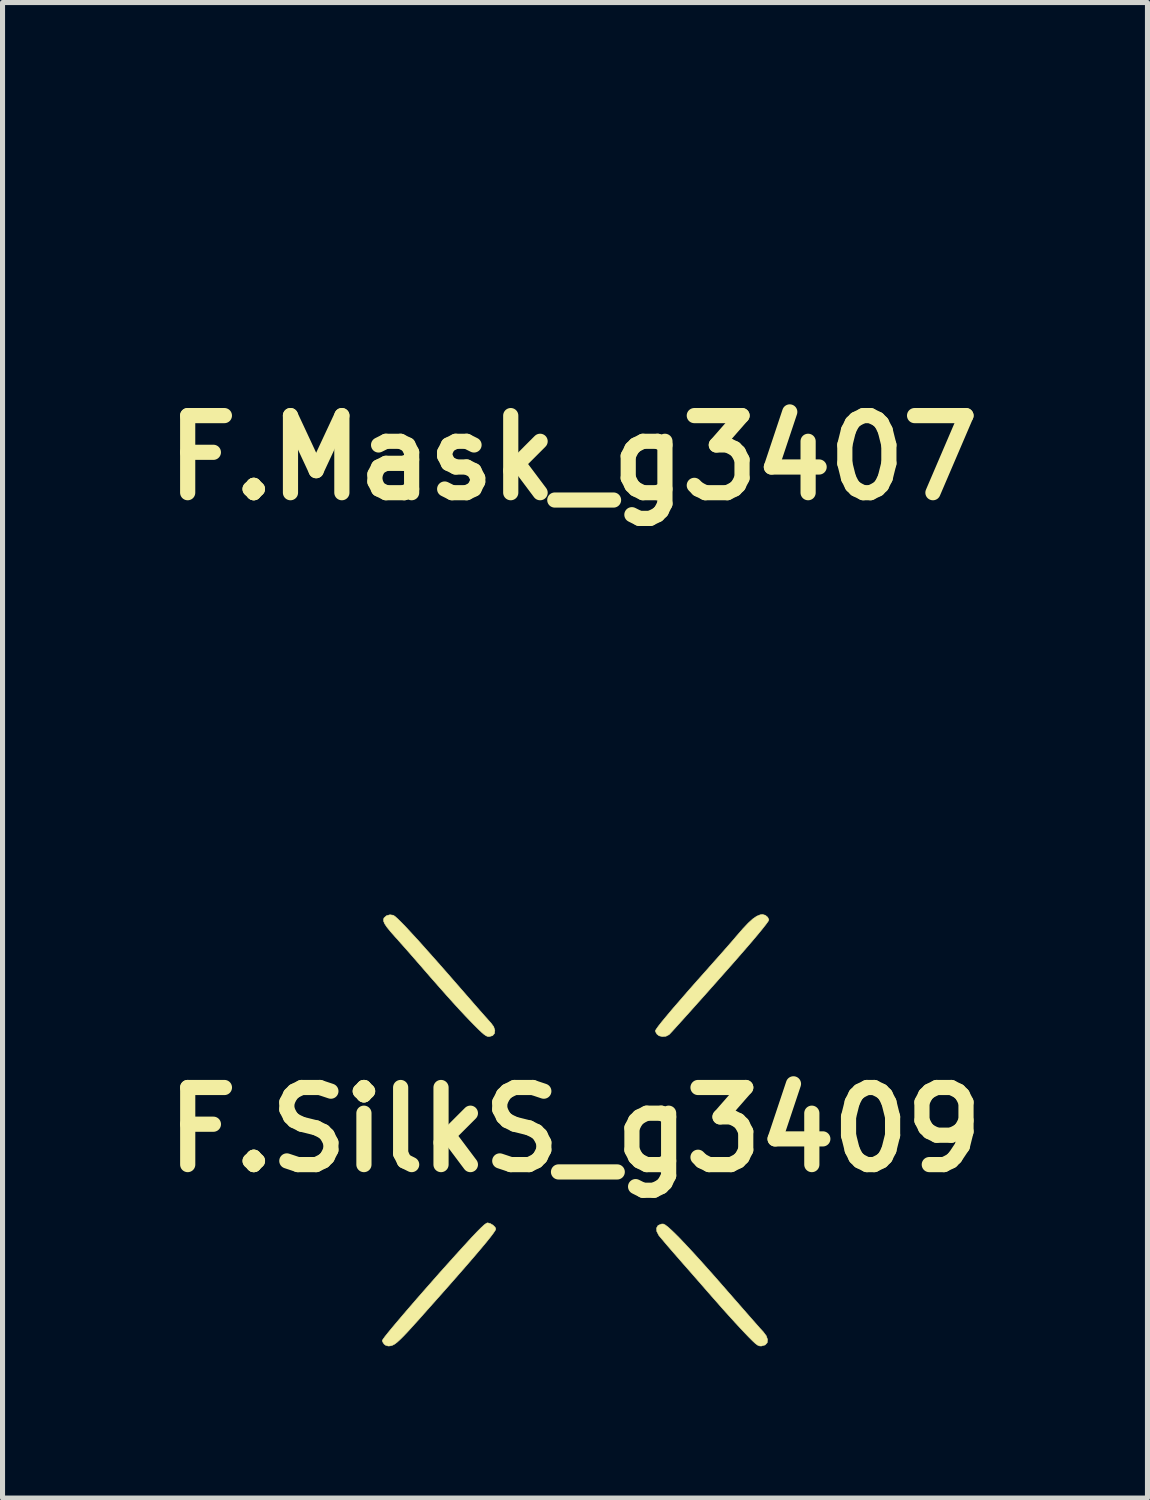
<source format=kicad_pcb>
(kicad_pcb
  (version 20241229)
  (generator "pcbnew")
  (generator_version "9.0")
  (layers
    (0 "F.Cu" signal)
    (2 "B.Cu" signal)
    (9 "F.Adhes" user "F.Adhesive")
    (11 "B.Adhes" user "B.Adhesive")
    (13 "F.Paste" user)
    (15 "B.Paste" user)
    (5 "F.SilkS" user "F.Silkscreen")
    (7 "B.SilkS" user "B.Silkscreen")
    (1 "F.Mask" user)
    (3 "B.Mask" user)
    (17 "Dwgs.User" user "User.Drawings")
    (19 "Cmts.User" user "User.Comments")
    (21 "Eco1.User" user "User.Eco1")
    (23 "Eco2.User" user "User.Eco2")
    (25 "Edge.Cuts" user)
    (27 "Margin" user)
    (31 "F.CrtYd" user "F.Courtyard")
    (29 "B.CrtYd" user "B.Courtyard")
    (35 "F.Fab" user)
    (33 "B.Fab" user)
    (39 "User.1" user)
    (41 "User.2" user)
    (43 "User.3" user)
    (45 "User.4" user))
  (footprint "F.Mask_g3407"
    (layer "F.Cu")
    (at 8.28 6)
    (property "Reference" "F.Mask_g3407" (at 0 0 0) (layer "F.SilkS") (effects (font (size 1.524 1.524) (thickness 0.3))))
    (attr through_hole)
    (fp_poly (pts (xy 0.318 1.079) (xy 1.016 1.079) (xy 1.016 1.841) (xy -0.847 1.841) (xy -0.847 -1.926) (xy 0.318 -1.926) (xy 0.318 1.079)) (stroke (width 0.01) (type solid)) (fill yes) (layer "F.Mask"))
    (fp_poly (pts (xy 0 -5.313) (xy -0.106 -5.313) (xy -0.106 -4.53) (xy 0 -4.53) (xy 0 -3.895) (xy -0.106 -3.895) (xy -0.106 -2.9) (xy 0 -2.9) (xy 0 -2.223) (xy -1.27 -2.223) (xy -1.27 -3.976) (xy -1.27 -4.248) (xy -1.269 -4.511) (xy -1.269 -4.76) (xy -1.268 -4.992) (xy -1.266 -5.205) (xy -1.265 -5.393) (xy -1.263 -5.555) (xy -1.261 -5.687) (xy -1.259 -5.785) (xy -1.257 -5.845) (xy -1.256 -5.86) (xy -1.243 -5.99) (xy 0 -5.99) (xy 0 -5.313)) (stroke (width 0.01) (type solid)) (fill yes) (layer "F.Mask"))
    (fp_poly (pts (xy 3.454 0.595) (xy 3.461 1.189) (xy 3.511 1.23) (xy 3.573 1.264) (xy 3.633 1.261) (xy 3.698 1.219) (xy 3.757 1.168) (xy 3.772 0) (xy 4.932 0) (xy 4.932 0.379) (xy 4.93 0.607) (xy 4.923 0.798) (xy 4.912 0.957) (xy 4.895 1.088) (xy 4.872 1.196) (xy 4.842 1.287) (xy 4.823 1.33) (xy 4.722 1.49) (xy 4.587 1.629) (xy 4.42 1.743) (xy 4.225 1.83) (xy 4.113 1.865) (xy 3.988 1.889) (xy 3.835 1.907) (xy 3.67 1.917) (xy 3.505 1.919) (xy 3.354 1.912) (xy 3.23 1.897) (xy 3.228 1.896) (xy 2.995 1.834) (xy 2.793 1.745) (xy 2.622 1.631) (xy 2.526 1.54) (xy 2.462 1.464) (xy 2.41 1.386) (xy 2.369 1.301) (xy 2.338 1.203) (xy 2.315 1.087) (xy 2.3 0.947) (xy 2.291 0.779) (xy 2.287 0.576) (xy 2.287 0.471) (xy 2.286 0) (xy 3.448 0) (xy 3.454 0.595)) (stroke (width 0.01) (type solid)) (fill yes) (layer "F.Mask"))
    (fp_poly (pts (xy 3.749 -1.978) (xy 3.866 -1.974) (xy 3.957 -1.968) (xy 4.03 -1.958) (xy 4.095 -1.943) (xy 4.106 -1.94) (xy 4.326 -1.862) (xy 4.51 -1.759) (xy 4.661 -1.632) (xy 4.777 -1.481) (xy 4.816 -1.411) (xy 4.849 -1.334) (xy 4.876 -1.249) (xy 4.897 -1.152) (xy 4.912 -1.036) (xy 4.922 -0.897) (xy 4.928 -0.729) (xy 4.931 -0.525) (xy 4.931 -0.45) (xy 4.932 -0.064) (xy 3.771 -0.064) (xy 3.764 -0.658) (xy 3.757 -1.253) (xy 3.707 -1.293) (xy 3.635 -1.329) (xy 3.562 -1.323) (xy 3.511 -1.293) (xy 3.461 -1.253) (xy 3.454 -0.658) (xy 3.448 -0.064) (xy 2.286 -0.064) (xy 2.287 -0.524) (xy 2.288 -0.727) (xy 2.292 -0.893) (xy 2.299 -1.029) (xy 2.31 -1.139) (xy 2.325 -1.23) (xy 2.346 -1.306) (xy 2.372 -1.374) (xy 2.396 -1.423) (xy 2.501 -1.58) (xy 2.634 -1.711) (xy 2.8 -1.819) (xy 3.001 -1.907) (xy 3.069 -1.93) (xy 3.133 -1.948) (xy 3.192 -1.961) (xy 3.256 -1.97) (xy 3.335 -1.975) (xy 3.436 -1.978) (xy 3.568 -1.979) (xy 3.598 -1.979) (xy 3.749 -1.978)) (stroke (width 0.01) (type solid)) (fill yes) (layer "F.Mask"))
    (fp_poly (pts (xy 0 2.425) (xy -0.000284 2.551) (xy -0.002 2.641) (xy -0.005 2.702) (xy -0.012 2.742) (xy -0.022 2.767) (xy -0.037 2.785) (xy -0.048 2.794) (xy -0.095 2.833) (xy -0.095 5.297) (xy -0.048 5.329) (xy -0.029 5.343) (xy -0.017 5.361) (xy -0.008 5.39) (xy -0.003 5.438) (xy -0.001 5.51) (xy -0.000057 5.614) (xy 0 5.686) (xy 0 6.011) (xy -0.111 6.009) (xy -0.201 6.004) (xy -0.293 5.994) (xy -0.323 5.989) (xy -0.539 5.936) (xy -0.733 5.855) (xy -0.902 5.749) (xy -1.042 5.62) (xy -1.15 5.471) (xy -1.223 5.306) (xy -1.249 5.195) (xy -1.254 5.143) (xy -1.258 5.053) (xy -1.262 4.932) (xy -1.265 4.785) (xy -1.267 4.617) (xy -1.268 4.433) (xy -1.269 4.239) (xy -1.269 4.04) (xy -1.269 3.842) (xy -1.268 3.649) (xy -1.266 3.468) (xy -1.263 3.303) (xy -1.26 3.161) (xy -1.256 3.045) (xy -1.252 2.963) (xy -1.248 2.924) (xy -1.197 2.742) (xy -1.109 2.576) (xy -0.985 2.429) (xy -0.83 2.306) (xy -0.828 2.305) (xy -0.723 2.25) (xy -0.589 2.199) (xy -0.439 2.154) (xy -0.287 2.12) (xy -0.145 2.099) (xy -0.069 2.096) (xy 0 2.095) (xy 0 2.425)) (stroke (width 0.01) (type solid)) (fill yes) (layer "F.Mask"))
    (fp_poly (pts (xy 0.249 2.104) (xy 0.472 2.14) (xy 0.679 2.198) (xy 0.863 2.276) (xy 1.016 2.372) (xy 1.05 2.4) (xy 1.159 2.517) (xy 1.252 2.664) (xy 1.319 2.82) (xy 1.328 2.852) (xy 1.337 2.883) (xy 1.344 2.919) (xy 1.349 2.964) (xy 1.354 3.02) (xy 1.357 3.092) (xy 1.359 3.184) (xy 1.361 3.3) (xy 1.362 3.443) (xy 1.363 3.618) (xy 1.363 3.828) (xy 1.364 4.032) (xy 1.364 4.29) (xy 1.363 4.51) (xy 1.362 4.695) (xy 1.36 4.849) (xy 1.356 4.977) (xy 1.35 5.081) (xy 1.341 5.167) (xy 1.331 5.238) (xy 1.317 5.297) (xy 1.3 5.349) (xy 1.279 5.398) (xy 1.255 5.447) (xy 1.234 5.487) (xy 1.135 5.625) (xy 1.002 5.746) (xy 0.839 5.848) (xy 0.651 5.927) (xy 0.443 5.982) (xy 0.259 6.006) (xy 0.106 6.017) (xy 0.106 5.717) (xy 0.107 5.593) (xy 0.109 5.502) (xy 0.116 5.435) (xy 0.126 5.382) (xy 0.142 5.334) (xy 0.153 5.306) (xy 0.164 5.282) (xy 0.172 5.258) (xy 0.18 5.23) (xy 0.186 5.196) (xy 0.19 5.151) (xy 0.194 5.092) (xy 0.197 5.015) (xy 0.199 4.917) (xy 0.2 4.794) (xy 0.201 4.642) (xy 0.201 4.458) (xy 0.201 4.238) (xy 0.201 4.032) (xy 0.201 2.868) (xy 0.153 2.792) (xy 0.135 2.758) (xy 0.122 2.723) (xy 0.113 2.679) (xy 0.109 2.616) (xy 0.106 2.528) (xy 0.106 2.406) (xy 0.106 2.09) (xy 0.249 2.104)) (stroke (width 0.01) (type solid)) (fill yes) (layer "F.Mask"))
    (fp_poly (pts (xy -2.818 0.000461) (xy -2.711 0.003) (xy -2.631 0.01) (xy -2.572 0.023) (xy -2.53 0.042) (xy -2.499 0.071) (xy -2.473 0.109) (xy -2.449 0.16) (xy -2.423 0.218) (xy -2.375 0.355) (xy -2.34 0.521) (xy -2.318 0.704) (xy -2.31 0.894) (xy -2.317 1.079) (xy -2.339 1.246) (xy -2.362 1.34) (xy -2.424 1.476) (xy -2.525 1.598) (xy -2.663 1.703) (xy -2.835 1.791) (xy -3.041 1.86) (xy -3.059 1.864) (xy -3.171 1.886) (xy -3.313 1.903) (xy -3.47 1.914) (xy -3.629 1.919) (xy -3.777 1.917) (xy -3.901 1.908) (xy -3.926 1.904) (xy -4.165 1.851) (xy -4.384 1.77) (xy -4.403 1.761) (xy -4.497 1.706) (xy -4.595 1.631) (xy -4.685 1.547) (xy -4.756 1.463) (xy -4.784 1.417) (xy -4.826 1.307) (xy -4.858 1.163) (xy -4.879 0.993) (xy -4.889 0.802) (xy -4.889 0.752) (xy -4.889 0.487) (xy -3.81 0.487) (xy -3.809 0.767) (xy -3.806 0.935) (xy -3.798 1.064) (xy -3.783 1.156) (xy -3.761 1.216) (xy -3.747 1.236) (xy -3.712 1.25) (xy -3.654 1.259) (xy -3.63 1.259) (xy -3.553 1.251) (xy -3.498 1.221) (xy -3.488 1.211) (xy -3.465 1.184) (xy -3.45 1.15) (xy -3.441 1.1) (xy -3.435 1.025) (xy -3.432 0.952) (xy -3.43 0.854) (xy -3.434 0.772) (xy -3.447 0.702) (xy -3.473 0.639) (xy -3.515 0.58) (xy -3.577 0.52) (xy -3.662 0.456) (xy -3.774 0.383) (xy -3.915 0.298) (xy -4.082 0.201) (xy -4.174 0.147) (xy -4.252 0.1) (xy -4.308 0.064) (xy -4.337 0.043) (xy -4.339 0.04) (xy -4.319 0.034) (xy -4.261 0.027) (xy -4.169 0.021) (xy -4.049 0.016) (xy -3.905 0.011) (xy -3.741 0.006) (xy -3.562 0.003) (xy -3.372 0.001) (xy -3.175 0.000033) (xy -3.133 0) (xy -2.957 -0.000151) (xy -2.818 0.000461)) (stroke (width 0.01) (type solid)) (fill yes) (layer "F.Mask"))
    (fp_poly (pts (xy -3.662 -1.979) (xy -3.487 -1.977) (xy -3.345 -1.971) (xy -3.228 -1.959) (xy -3.125 -1.939) (xy -3.029 -1.91) (xy -2.929 -1.871) (xy -2.847 -1.833) (xy -2.701 -1.752) (xy -2.592 -1.666) (xy -2.516 -1.57) (xy -2.479 -1.493) (xy -2.462 -1.444) (xy -2.448 -1.393) (xy -2.437 -1.334) (xy -2.428 -1.259) (xy -2.419 -1.16) (xy -2.409 -1.03) (xy -2.402 -0.937) (xy -2.391 -0.762) (xy -3.471 -0.762) (xy -3.473 -0.831) (xy -3.475 -0.884) (xy -3.481 -0.964) (xy -3.488 -1.057) (xy -3.491 -1.088) (xy -3.501 -1.186) (xy -3.514 -1.251) (xy -3.531 -1.289) (xy -3.546 -1.305) (xy -3.617 -1.333) (xy -3.693 -1.322) (xy -3.766 -1.275) (xy -3.769 -1.272) (xy -3.805 -1.231) (xy -3.824 -1.189) (xy -3.83 -1.13) (xy -3.831 -1.084) (xy -3.828 -0.986) (xy -3.817 -0.904) (xy -3.793 -0.835) (xy -3.752 -0.773) (xy -3.689 -0.713) (xy -3.601 -0.65) (xy -3.484 -0.578) (xy -3.333 -0.494) (xy -3.212 -0.426) (xy -3.089 -0.356) (xy -2.975 -0.288) (xy -2.882 -0.231) (xy -2.847 -0.209) (xy -2.678 -0.097) (xy -2.783 -0.082) (xy -2.828 -0.079) (xy -2.91 -0.075) (xy -3.023 -0.073) (xy -3.163 -0.07) (xy -3.323 -0.068) (xy -3.5 -0.066) (xy -3.686 -0.065) (xy -3.717 -0.065) (xy -4.544 -0.064) (xy -4.665 -0.19) (xy -4.732 -0.269) (xy -4.795 -0.356) (xy -4.841 -0.435) (xy -4.843 -0.439) (xy -4.863 -0.483) (xy -4.877 -0.522) (xy -4.888 -0.564) (xy -4.894 -0.617) (xy -4.898 -0.687) (xy -4.9 -0.782) (xy -4.9 -0.91) (xy -4.9 -0.963) (xy -4.9 -1.104) (xy -4.899 -1.209) (xy -4.896 -1.287) (xy -4.89 -1.345) (xy -4.881 -1.39) (xy -4.869 -1.429) (xy -4.851 -1.469) (xy -4.845 -1.482) (xy -4.77 -1.606) (xy -4.67 -1.709) (xy -4.538 -1.799) (xy -4.456 -1.841) (xy -4.355 -1.887) (xy -4.265 -1.921) (xy -4.178 -1.946) (xy -4.083 -1.963) (xy -3.973 -1.973) (xy -3.838 -1.978) (xy -3.671 -1.979) (xy -3.662 -1.979)) (stroke (width 0.01) (type solid)) (fill yes) (layer "F.Mask"))
    (fp_poly (pts (xy 0.291 -5.98) (xy 0.535 -5.949) (xy 0.744 -5.897) (xy 0.918 -5.823) (xy 1.058 -5.726) (xy 1.166 -5.606) (xy 1.242 -5.462) (xy 1.247 -5.45) (xy 1.291 -5.295) (xy 1.317 -5.116) (xy 1.325 -4.929) (xy 1.315 -4.75) (xy 1.289 -4.61) (xy 1.24 -4.501) (xy 1.154 -4.41) (xy 1.03 -4.338) (xy 0.915 -4.296) (xy 0.864 -4.277) (xy 0.84 -4.26) (xy 0.841 -4.255) (xy 0.868 -4.241) (xy 0.922 -4.217) (xy 0.992 -4.189) (xy 1.136 -4.118) (xy 1.246 -4.028) (xy 1.324 -3.915) (xy 1.336 -3.89) (xy 1.352 -3.854) (xy 1.364 -3.819) (xy 1.373 -3.78) (xy 1.379 -3.73) (xy 1.383 -3.664) (xy 1.385 -3.575) (xy 1.386 -3.457) (xy 1.386 -3.305) (xy 1.386 -3.26) (xy 1.386 -3.097) (xy 1.385 -2.97) (xy 1.383 -2.874) (xy 1.38 -2.801) (xy 1.374 -2.746) (xy 1.365 -2.703) (xy 1.354 -2.665) (xy 1.339 -2.626) (xy 1.338 -2.622) (xy 1.29 -2.526) (xy 1.231 -2.447) (xy 1.157 -2.383) (xy 1.063 -2.333) (xy 0.945 -2.295) (xy 0.798 -2.266) (xy 0.617 -2.246) (xy 0.399 -2.231) (xy 0.397 -2.231) (xy 0.106 -2.216) (xy 0.106 -2.902) (xy 0.222 -3.002) (xy 0.229 -3.356) (xy 0.231 -3.502) (xy 0.231 -3.612) (xy 0.228 -3.692) (xy 0.221 -3.751) (xy 0.209 -3.793) (xy 0.19 -3.827) (xy 0.165 -3.858) (xy 0.159 -3.865) (xy 0.137 -3.89) (xy 0.123 -3.916) (xy 0.114 -3.951) (xy 0.109 -4.003) (xy 0.106 -4.081) (xy 0.106 -4.191) (xy 0.106 -4.212) (xy 0.106 -4.329) (xy 0.108 -4.411) (xy 0.113 -4.467) (xy 0.121 -4.504) (xy 0.135 -4.531) (xy 0.155 -4.555) (xy 0.157 -4.558) (xy 0.193 -4.612) (xy 0.217 -4.686) (xy 0.23 -4.786) (xy 0.232 -4.918) (xy 0.23 -4.99) (xy 0.224 -5.086) (xy 0.215 -5.153) (xy 0.199 -5.203) (xy 0.174 -5.249) (xy 0.164 -5.263) (xy 0.142 -5.296) (xy 0.126 -5.327) (xy 0.116 -5.364) (xy 0.11 -5.414) (xy 0.107 -5.485) (xy 0.106 -5.585) (xy 0.106 -5.671) (xy 0.106 -5.995) (xy 0.291 -5.98)) (stroke (width 0.01) (type solid)) (fill yes) (layer "F.Mask")))
  (footprint "F.SilkS_g3409"
    (layer "F.Cu")
    (at 8.317 19.282)
    (property "Reference" "F.SilkS_g3409" (at 0 0 0) (layer "F.SilkS") (effects (font (size 1.524 1.524) (thickness 0.3))))
    (attr through_hole)
    (fp_poly (pts (xy -1.675 1.855) (xy -1.621 1.887) (xy -1.58 1.928) (xy -1.566 1.962) (xy -1.577 1.989) (xy -1.61 2.039) (xy -1.666 2.114) (xy -1.746 2.214) (xy -1.85 2.339) (xy -1.979 2.491) (xy -2.133 2.67) (xy -2.314 2.877) (xy -2.521 3.113) (xy -2.757 3.379) (xy -2.936 3.58) (xy -3.085 3.748) (xy -3.21 3.886) (xy -3.312 3.998) (xy -3.396 4.086) (xy -3.464 4.153) (xy -3.519 4.203) (xy -3.564 4.237) (xy -3.602 4.258) (xy -3.637 4.27) (xy -3.671 4.275) (xy -3.693 4.276) (xy -3.744 4.261) (xy -3.775 4.237) (xy -3.802 4.195) (xy -3.81 4.168) (xy -3.796 4.143) (xy -3.757 4.089) (xy -3.694 4.01) (xy -3.611 3.909) (xy -3.509 3.788) (xy -3.392 3.65) (xy -3.262 3.499) (xy -3.122 3.337) (xy -2.974 3.168) (xy -2.821 2.994) (xy -2.666 2.818) (xy -2.51 2.644) (xy -2.357 2.474) (xy -2.209 2.311) (xy -2.069 2.158) (xy -2.036 2.122) (xy -1.931 2.012) (xy -1.85 1.931) (xy -1.791 1.877) (xy -1.749 1.848) (xy -1.727 1.841) (xy -1.675 1.855)) (stroke (width 0.01) (type solid)) (fill yes) (layer "F.SilkS"))
    (fp_poly (pts (xy 1.779 1.879) (xy 1.843 1.928) (xy 1.931 2.009) (xy 2.045 2.121) (xy 2.182 2.265) (xy 2.343 2.438) (xy 2.527 2.641) (xy 2.734 2.873) (xy 2.962 3.133) (xy 3.008 3.186) (xy 3.141 3.338) (xy 3.268 3.483) (xy 3.386 3.618) (xy 3.492 3.739) (xy 3.582 3.841) (xy 3.653 3.922) (xy 3.703 3.976) (xy 3.722 3.997) (xy 3.781 4.076) (xy 3.806 4.149) (xy 3.799 4.21) (xy 3.759 4.254) (xy 3.688 4.275) (xy 3.668 4.276) (xy 3.639 4.272) (xy 3.607 4.257) (xy 3.566 4.227) (xy 3.512 4.177) (xy 3.439 4.104) (xy 3.365 4.027) (xy 3.271 3.927) (xy 3.159 3.806) (xy 3.04 3.675) (xy 2.923 3.545) (xy 2.839 3.449) (xy 2.745 3.343) (xy 2.631 3.213) (xy 2.504 3.067) (xy 2.371 2.915) (xy 2.239 2.764) (xy 2.127 2.637) (xy 2.019 2.513) (xy 1.917 2.396) (xy 1.827 2.292) (xy 1.752 2.203) (xy 1.695 2.136) (xy 1.661 2.095) (xy 1.656 2.088) (xy 1.616 2.01) (xy 1.612 1.943) (xy 1.641 1.893) (xy 1.703 1.866) (xy 1.742 1.863) (xy 1.779 1.879)) (stroke (width 0.01) (type solid)) (fill yes) (layer "F.SilkS"))
    (fp_poly (pts (xy -3.592 -4.239) (xy -3.592 -4.239) (xy -3.558 -4.216) (xy -3.505 -4.169) (xy -3.432 -4.097) (xy -3.337 -3.999) (xy -3.221 -3.873) (xy -3.081 -3.721) (xy -2.919 -3.539) (xy -2.732 -3.329) (xy -2.52 -3.088) (xy -2.283 -2.816) (xy -2.07 -2.572) (xy -1.972 -2.459) (xy -1.879 -2.353) (xy -1.796 -2.259) (xy -1.727 -2.182) (xy -1.679 -2.128) (xy -1.663 -2.111) (xy -1.608 -2.036) (xy -1.585 -1.964) (xy -1.592 -1.904) (xy -1.629 -1.86) (xy -1.694 -1.842) (xy -1.705 -1.841) (xy -1.731 -1.845) (xy -1.76 -1.858) (xy -1.797 -1.883) (xy -1.847 -1.926) (xy -1.913 -1.989) (xy -2.001 -2.077) (xy -2.076 -2.154) (xy -2.168 -2.25) (xy -2.281 -2.371) (xy -2.409 -2.511) (xy -2.544 -2.661) (xy -2.681 -2.816) (xy -2.814 -2.967) (xy -2.857 -3.016) (xy -2.981 -3.159) (xy -3.107 -3.304) (xy -3.229 -3.444) (xy -3.342 -3.573) (xy -3.442 -3.685) (xy -3.521 -3.775) (xy -3.55 -3.806) (xy -3.648 -3.917) (xy -3.718 -4.004) (xy -3.763 -4.071) (xy -3.784 -4.122) (xy -3.785 -4.163) (xy -3.774 -4.189) (xy -3.725 -4.231) (xy -3.658 -4.249) (xy -3.592 -4.239)) (stroke (width 0.01) (type solid)) (fill yes) (layer "F.SilkS"))
    (fp_poly (pts (xy 3.762 -4.239) (xy 3.809 -4.2) (xy 3.831 -4.152) (xy 3.831 -4.147) (xy 3.817 -4.119) (xy 3.776 -4.062) (xy 3.711 -3.979) (xy 3.622 -3.87) (xy 3.512 -3.739) (xy 3.382 -3.588) (xy 3.235 -3.419) (xy 3.188 -3.365) (xy 3.072 -3.233) (xy 2.947 -3.092) (xy 2.815 -2.943) (xy 2.681 -2.792) (xy 2.547 -2.641) (xy 2.416 -2.495) (xy 2.292 -2.356) (xy 2.177 -2.228) (xy 2.075 -2.115) (xy 1.989 -2.02) (xy 1.922 -1.946) (xy 1.877 -1.898) (xy 1.858 -1.879) (xy 1.798 -1.848) (xy 1.727 -1.841) (xy 1.661 -1.857) (xy 1.62 -1.889) (xy 1.596 -1.93) (xy 1.587 -1.953) (xy 1.602 -1.982) (xy 1.644 -2.042) (xy 1.713 -2.13) (xy 1.808 -2.245) (xy 1.928 -2.388) (xy 2.073 -2.555) (xy 2.24 -2.748) (xy 2.43 -2.963) (xy 2.642 -3.201) (xy 2.645 -3.205) (xy 2.758 -3.332) (xy 2.87 -3.458) (xy 2.974 -3.576) (xy 3.066 -3.681) (xy 3.14 -3.766) (xy 3.191 -3.827) (xy 3.193 -3.829) (xy 3.319 -3.974) (xy 3.425 -4.086) (xy 3.514 -4.167) (xy 3.591 -4.22) (xy 3.659 -4.248) (xy 3.705 -4.255) (xy 3.762 -4.239)) (stroke (width 0.01) (type solid)) (fill yes) (layer "F.SilkS")))
  (gr_rect
    (start -3 -3)
    (end 19.633 26.563)
    (stroke (width 0.1) (type default))
    (fill no)
    (layer "Edge.Cuts")))
</source>
